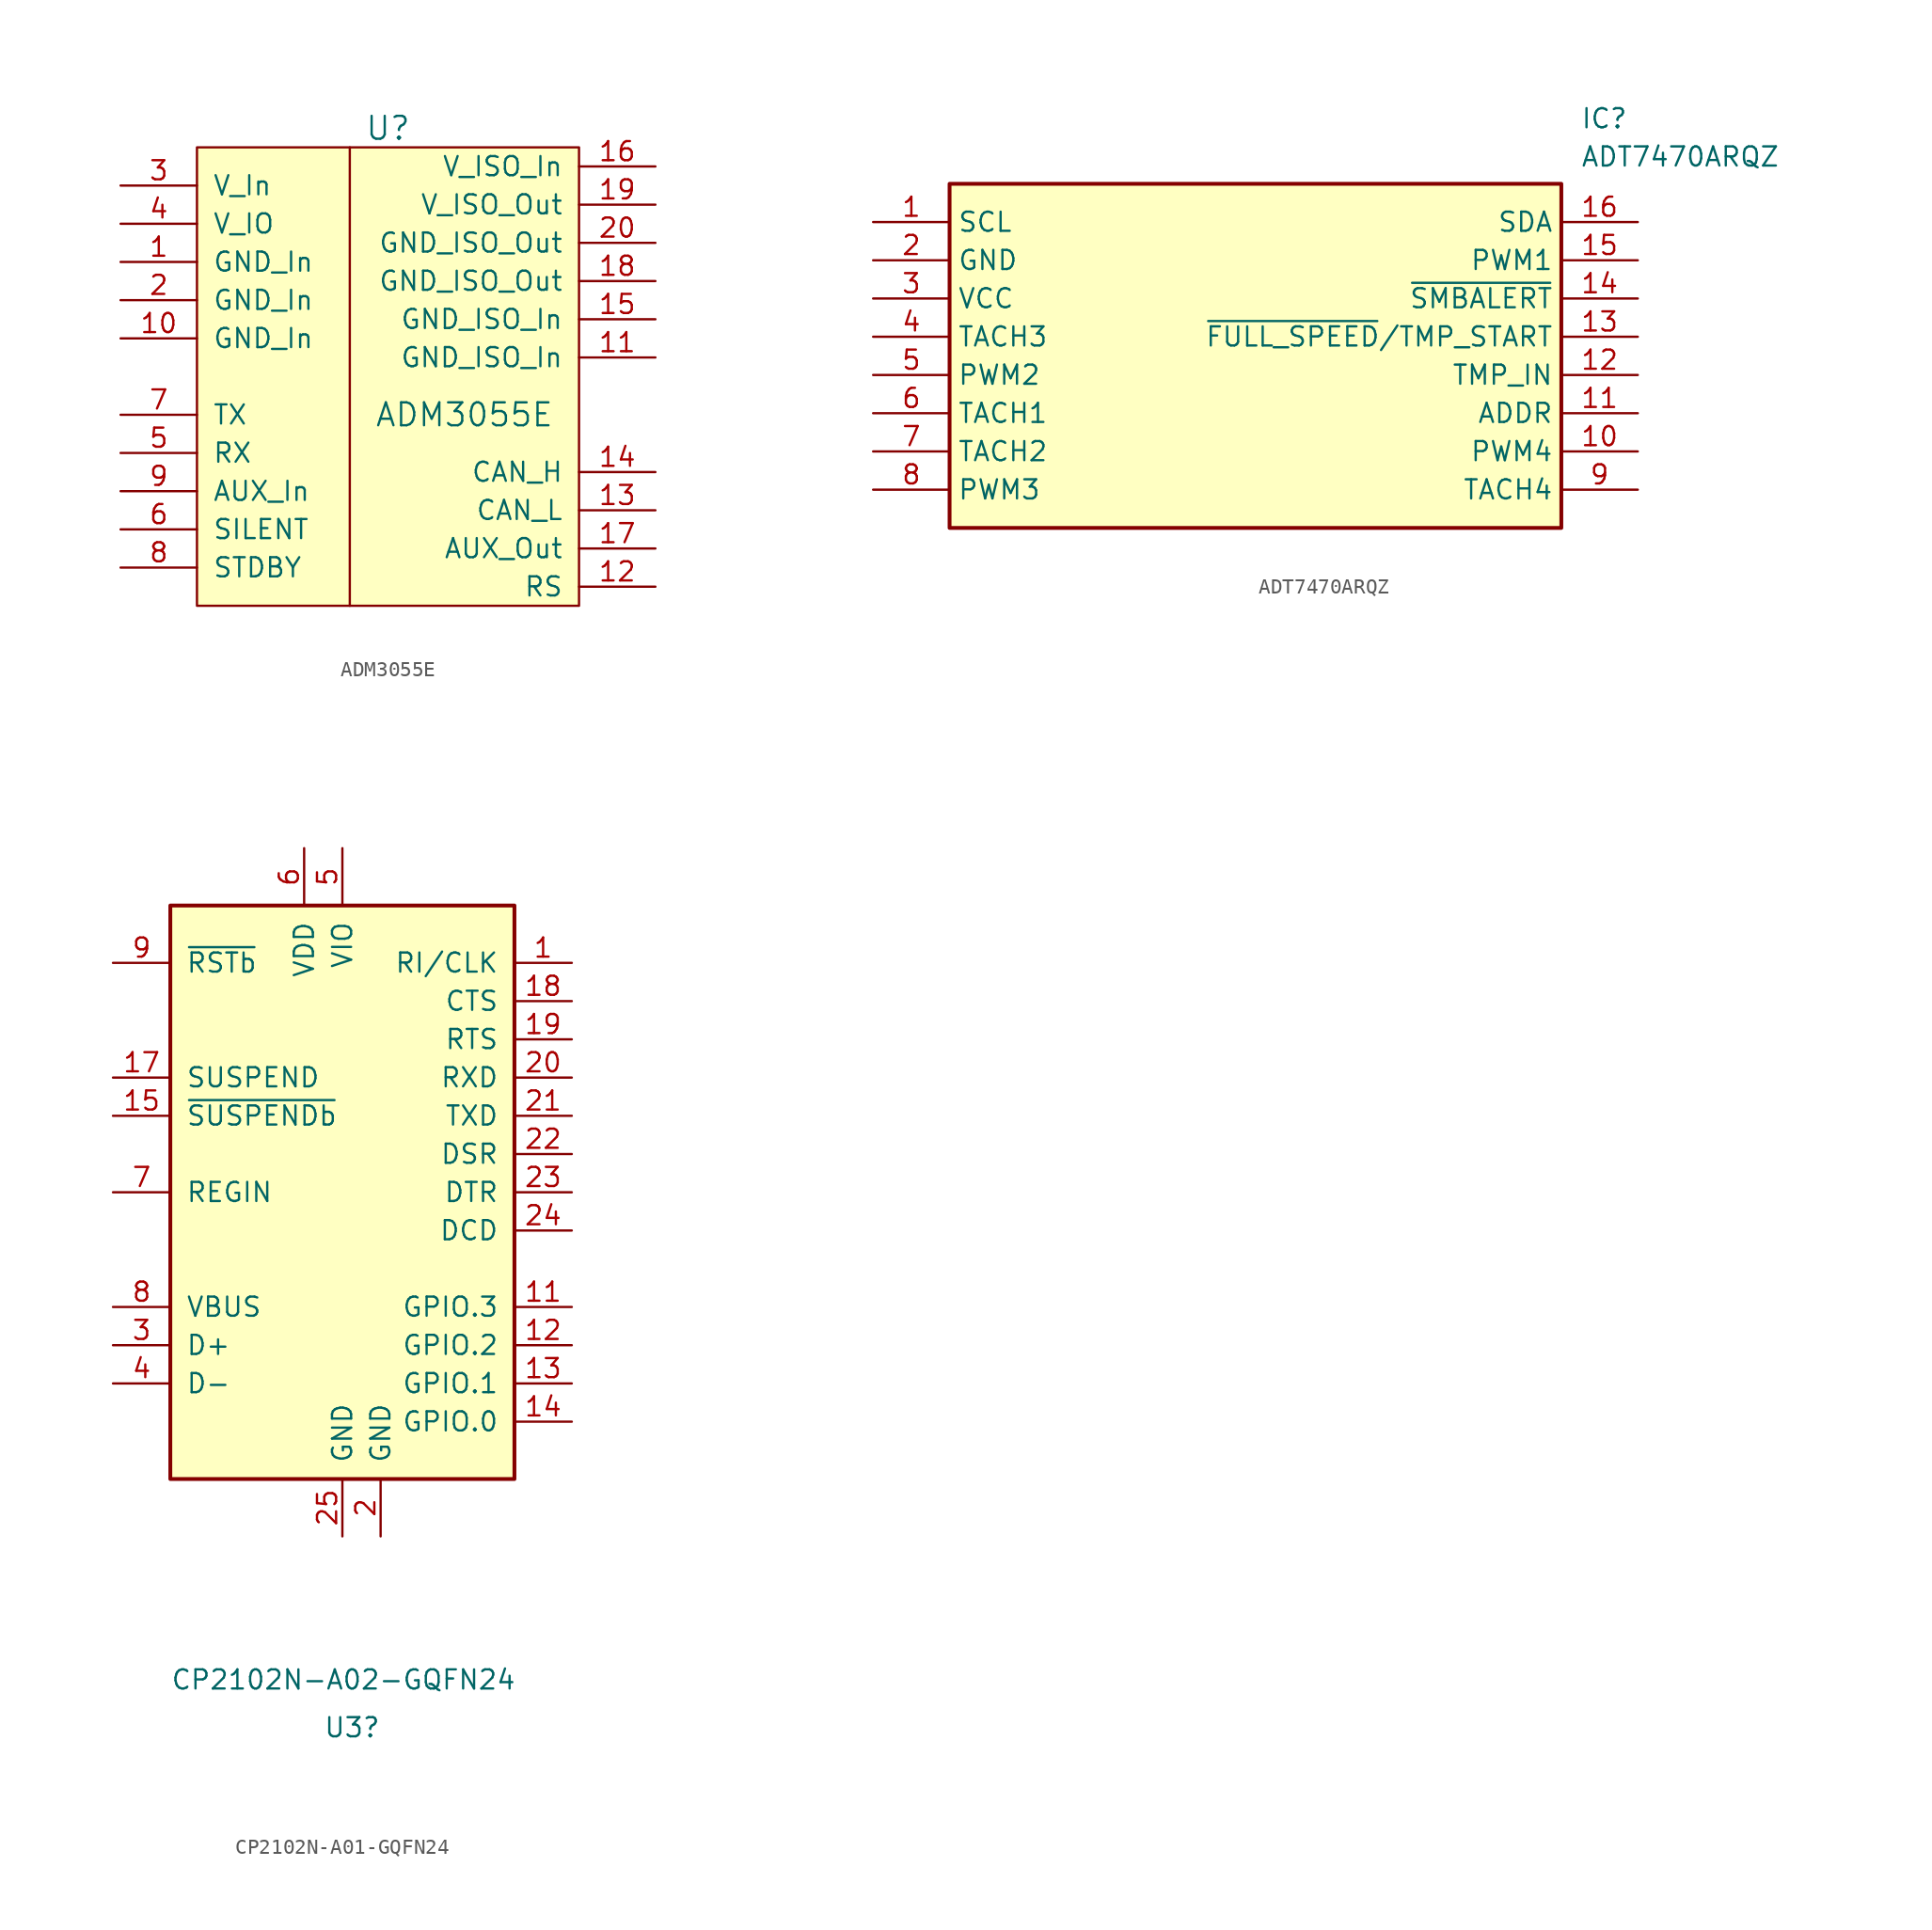
<source format=kicad_sym>
(kicad_symbol_lib
  (version 20220914)
  (generator kicad_symbol_editor)
  (symbol "ADM3055E"
    (pin_names
      (offset 1.016))
    (property "Reference" "U"
      (at 0 16.51 0)
      (effects (font (size 1.524 1.524))))
    (property "Value" "ADM3055E"
      (at 5.08 -2.54 0)
      (effects (font (size 1.524 1.524))))
    (symbol "ADM3055E_0_1"
      (rectangle (start -12.7 15.24) (end 12.7 -15.24) (stroke (width 0) (type solid)) (fill (type background)))
      (polyline (pts (xy -2.54 15.24) (xy -2.54 -15.24)) (stroke (width 0) (type solid)) (fill (type none))))
    (symbol "ADM3055E_1_1"
      (pin power_in line (at -17.78 7.62 0) (length 5.08) (name "GND_In" (effects (font (size 1.27 1.27)))) (number "1" (effects (font (size 1.27 1.27)))))
      (pin power_in line (at -17.78 2.54 0) (length 5.08) (name "GND_In" (effects (font (size 1.27 1.27)))) (number "10" (effects (font (size 1.27 1.27)))))
      (pin power_in line (at 17.78 1.27 180) (length 5.08) (name "GND_ISO_In" (effects (font (size 1.27 1.27)))) (number "11" (effects (font (size 1.27 1.27)))))
      (pin input line (at 17.78 -13.97 180) (length 5.08) (name "RS" (effects (font (size 1.27 1.27)))) (number "12" (effects (font (size 1.27 1.27)))))
      (pin bidirectional line (at 17.78 -8.89 180) (length 5.08) (name "CAN_L" (effects (font (size 1.27 1.27)))) (number "13" (effects (font (size 1.27 1.27)))))
      (pin bidirectional line (at 17.78 -6.35 180) (length 5.08) (name "CAN_H" (effects (font (size 1.27 1.27)))) (number "14" (effects (font (size 1.27 1.27)))))
      (pin power_in line (at 17.78 3.81 180) (length 5.08) (name "GND_ISO_In" (effects (font (size 1.27 1.27)))) (number "15" (effects (font (size 1.27 1.27)))))
      (pin power_in line (at 17.78 13.97 180) (length 5.08) (name "V_ISO_In" (effects (font (size 1.27 1.27)))) (number "16" (effects (font (size 1.27 1.27)))))
      (pin output line (at 17.78 -11.43 180) (length 5.08) (name "AUX_Out" (effects (font (size 1.27 1.27)))) (number "17" (effects (font (size 1.27 1.27)))))
      (pin power_out line (at 17.78 6.35 180) (length 5.08) (name "GND_ISO_Out" (effects (font (size 1.27 1.27)))) (number "18" (effects (font (size 1.27 1.27)))))
      (pin power_out line (at 17.78 11.43 180) (length 5.08) (name "V_ISO_Out" (effects (font (size 1.27 1.27)))) (number "19" (effects (font (size 1.27 1.27)))))
      (pin power_in line (at -17.78 5.08 0) (length 5.08) (name "GND_In" (effects (font (size 1.27 1.27)))) (number "2" (effects (font (size 1.27 1.27)))))
      (pin power_out line (at 17.78 8.89 180) (length 5.08) (name "GND_ISO_Out" (effects (font (size 1.27 1.27)))) (number "20" (effects (font (size 1.27 1.27)))))
      (pin power_in line (at -17.78 12.7 0) (length 5.08) (name "V_In" (effects (font (size 1.27 1.27)))) (number "3" (effects (font (size 1.27 1.27)))))
      (pin power_in line (at -17.78 10.16 0) (length 5.08) (name "V_IO" (effects (font (size 1.27 1.27)))) (number "4" (effects (font (size 1.27 1.27)))))
      (pin output line (at -17.78 -5.08 0) (length 5.08) (name "RX" (effects (font (size 1.27 1.27)))) (number "5" (effects (font (size 1.27 1.27)))))
      (pin input line (at -17.78 -10.16 0) (length 5.08) (name "SILENT" (effects (font (size 1.27 1.27)))) (number "6" (effects (font (size 1.27 1.27)))))
      (pin input line (at -17.78 -2.54 0) (length 5.08) (name "TX" (effects (font (size 1.27 1.27)))) (number "7" (effects (font (size 1.27 1.27)))))
      (pin input line (at -17.78 -12.7 0) (length 5.08) (name "STDBY" (effects (font (size 1.27 1.27)))) (number "8" (effects (font (size 1.27 1.27)))))
      (pin input line (at -17.78 -7.62 0) (length 5.08) (name "AUX_In" (effects (font (size 1.27 1.27)))) (number "9" (effects (font (size 1.27 1.27)))))))
  (symbol "ADT7470ARQZ"
    (property "Reference" "IC"
      (at 46.99 7.62 0)
      (effects (font (size 1.27 1.27)) (justify left top)))
    (property "Value" "ADT7470ARQZ"
      (at 46.99 5.08 0)
      (effects (font (size 1.27 1.27)) (justify left top)))
    (symbol "ADT7470ARQZ_1_1"
      (rectangle (start 5.08 2.54) (end 45.72 -20.32) (stroke (width 0.254) (type default)) (fill (type background)))
      (pin passive line (at 0 0 0) (length 5.08) (name "SCL" (effects (font (size 1.27 1.27)))) (number "1" (effects (font (size 1.27 1.27)))))
      (pin passive line (at 50.8 -15.24 180) (length 5.08) (name "PWM4" (effects (font (size 1.27 1.27)))) (number "10" (effects (font (size 1.27 1.27)))))
      (pin passive line (at 50.8 -12.7 180) (length 5.08) (name "ADDR" (effects (font (size 1.27 1.27)))) (number "11" (effects (font (size 1.27 1.27)))))
      (pin passive line (at 50.8 -10.16 180) (length 5.08) (name "TMP_IN" (effects (font (size 1.27 1.27)))) (number "12" (effects (font (size 1.27 1.27)))))
      (pin passive line (at 50.8 -7.62 180) (length 5.08) (name "~{FULL_SPEED}/TMP_START" (effects (font (size 1.27 1.27)))) (number "13" (effects (font (size 1.27 1.27)))))
      (pin passive line (at 50.8 -5.08 180) (length 5.08) (name "~{SMBALERT}" (effects (font (size 1.27 1.27)))) (number "14" (effects (font (size 1.27 1.27)))))
      (pin passive line (at 50.8 -2.54 180) (length 5.08) (name "PWM1" (effects (font (size 1.27 1.27)))) (number "15" (effects (font (size 1.27 1.27)))))
      (pin passive line (at 50.8 0 180) (length 5.08) (name "SDA" (effects (font (size 1.27 1.27)))) (number "16" (effects (font (size 1.27 1.27)))))
      (pin passive line (at 0 -2.54 0) (length 5.08) (name "GND" (effects (font (size 1.27 1.27)))) (number "2" (effects (font (size 1.27 1.27)))))
      (pin passive line (at 0 -5.08 0) (length 5.08) (name "VCC" (effects (font (size 1.27 1.27)))) (number "3" (effects (font (size 1.27 1.27)))))
      (pin passive line (at 0 -7.62 0) (length 5.08) (name "TACH3" (effects (font (size 1.27 1.27)))) (number "4" (effects (font (size 1.27 1.27)))))
      (pin passive line (at 0 -10.16 0) (length 5.08) (name "PWM2" (effects (font (size 1.27 1.27)))) (number "5" (effects (font (size 1.27 1.27)))))
      (pin passive line (at 0 -12.7 0) (length 5.08) (name "TACH1" (effects (font (size 1.27 1.27)))) (number "6" (effects (font (size 1.27 1.27)))))
      (pin passive line (at 0 -15.24 0) (length 5.08) (name "TACH2" (effects (font (size 1.27 1.27)))) (number "7" (effects (font (size 1.27 1.27)))))
      (pin passive line (at 0 -17.78 0) (length 5.08) (name "PWM3" (effects (font (size 1.27 1.27)))) (number "8" (effects (font (size 1.27 1.27)))))
      (pin passive line (at 50.8 -17.78 180) (length 5.08) (name "TACH4" (effects (font (size 1.27 1.27)))) (number "9" (effects (font (size 1.27 1.27)))))))
  (symbol "CP2102N-A01-GQFN24"
    (pin_names
      (offset 1.016))
    (property "Reference" "U3"
      (at -1.27 -35.56 0)
      (effects (font (size 1.27 1.27)) (justify left)))
    (property "Value" "CP2102N-A02-GQFN24"
      (at -11.43 -32.385 0)
      (effects (font (size 1.27 1.27)) (justify left)))
    (symbol "CP2102N-A01-GQFN24_0_1"
      (rectangle (start -11.43 19.05) (end 11.43 -19.05) (stroke (width 0.254) (type default)) (fill (type background))))
    (symbol "CP2102N-A01-GQFN24_1_1"
      (pin bidirectional line (at 15.24 15.24 180) (length 3.81) (name "RI/CLK" (effects (font (size 1.27 1.27)))) (number "1" (effects (font (size 1.27 1.27)))))
      (pin no_connect line (at 10.16 -22.86 90) (length 3.81) hide (name "NC" (effects (font (size 1.27 1.27)))) (number "10" (effects (font (size 1.27 1.27)))))
      (pin bidirectional line (at 15.24 -7.62 180) (length 3.81) (name "GPIO.3" (effects (font (size 1.27 1.27)))) (number "11" (effects (font (size 1.27 1.27)))))
      (pin bidirectional line (at 15.24 -10.16 180) (length 3.81) (name "GPIO.2" (effects (font (size 1.27 1.27)))) (number "12" (effects (font (size 1.27 1.27)))))
      (pin bidirectional line (at 15.24 -12.7 180) (length 3.81) (name "GPIO.1" (effects (font (size 1.27 1.27)))) (number "13" (effects (font (size 1.27 1.27)))))
      (pin bidirectional line (at 15.24 -15.24 180) (length 3.81) (name "GPIO.0" (effects (font (size 1.27 1.27)))) (number "14" (effects (font (size 1.27 1.27)))))
      (pin output line (at -15.24 5.08 0) (length 3.81) (name "~{SUSPENDb}" (effects (font (size 1.27 1.27)))) (number "15" (effects (font (size 1.27 1.27)))))
      (pin no_connect line (at 7.62 -22.86 90) (length 3.81) hide (name "NC" (effects (font (size 1.27 1.27)))) (number "16" (effects (font (size 1.27 1.27)))))
      (pin output line (at -15.24 7.62 0) (length 3.81) (name "SUSPEND" (effects (font (size 1.27 1.27)))) (number "17" (effects (font (size 1.27 1.27)))))
      (pin input line (at 15.24 12.7 180) (length 3.81) (name "CTS" (effects (font (size 1.27 1.27)))) (number "18" (effects (font (size 1.27 1.27)))))
      (pin output line (at 15.24 10.16 180) (length 3.81) (name "RTS" (effects (font (size 1.27 1.27)))) (number "19" (effects (font (size 1.27 1.27)))))
      (pin power_in line (at 2.54 -22.86 90) (length 3.81) (name "GND" (effects (font (size 1.27 1.27)))) (number "2" (effects (font (size 1.27 1.27)))))
      (pin input line (at 15.24 7.62 180) (length 3.81) (name "RXD" (effects (font (size 1.27 1.27)))) (number "20" (effects (font (size 1.27 1.27)))))
      (pin output line (at 15.24 5.08 180) (length 3.81) (name "TXD" (effects (font (size 1.27 1.27)))) (number "21" (effects (font (size 1.27 1.27)))))
      (pin input line (at 15.24 2.54 180) (length 3.81) (name "DSR" (effects (font (size 1.27 1.27)))) (number "22" (effects (font (size 1.27 1.27)))))
      (pin output line (at 15.24 0 180) (length 3.81) (name "DTR" (effects (font (size 1.27 1.27)))) (number "23" (effects (font (size 1.27 1.27)))))
      (pin input line (at 15.24 -2.54 180) (length 3.81) (name "DCD" (effects (font (size 1.27 1.27)))) (number "24" (effects (font (size 1.27 1.27)))))
      (pin power_in line (at 0 -22.86 90) (length 3.81) (name "GND" (effects (font (size 1.27 1.27)))) (number "25" (effects (font (size 1.27 1.27)))))
      (pin bidirectional line (at -15.24 -10.16 0) (length 3.81) (name "D+" (effects (font (size 1.27 1.27)))) (number "3" (effects (font (size 1.27 1.27)))))
      (pin bidirectional line (at -15.24 -12.7 0) (length 3.81) (name "D-" (effects (font (size 1.27 1.27)))) (number "4" (effects (font (size 1.27 1.27)))))
      (pin power_in line (at 0 22.86 270) (length 3.81) (name "VIO" (effects (font (size 1.27 1.27)))) (number "5" (effects (font (size 1.27 1.27)))))
      (pin power_in line (at -2.54 22.86 270) (length 3.81) (name "VDD" (effects (font (size 1.27 1.27)))) (number "6" (effects (font (size 1.27 1.27)))))
      (pin power_in line (at -15.24 0 0) (length 3.81) (name "REGIN" (effects (font (size 1.27 1.27)))) (number "7" (effects (font (size 1.27 1.27)))))
      (pin input line (at -15.24 -7.62 0) (length 3.81) (name "VBUS" (effects (font (size 1.27 1.27)))) (number "8" (effects (font (size 1.27 1.27)))))
      (pin input line (at -15.24 15.24 0) (length 3.81) (name "~{RSTb}" (effects (font (size 1.27 1.27)))) (number "9" (effects (font (size 1.27 1.27))))))))
</source>
